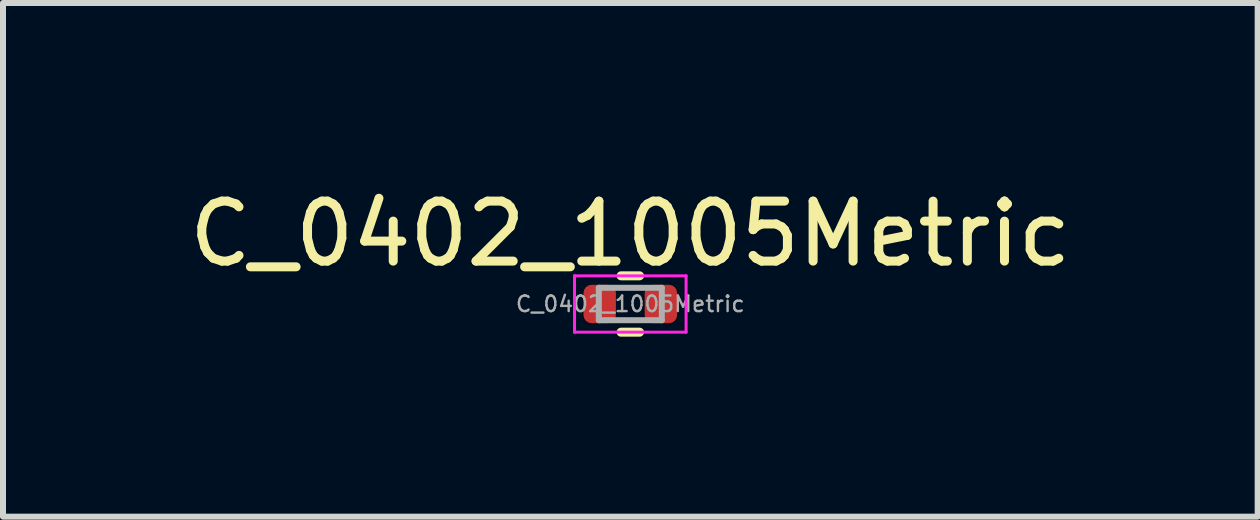
<source format=kicad_pcb>
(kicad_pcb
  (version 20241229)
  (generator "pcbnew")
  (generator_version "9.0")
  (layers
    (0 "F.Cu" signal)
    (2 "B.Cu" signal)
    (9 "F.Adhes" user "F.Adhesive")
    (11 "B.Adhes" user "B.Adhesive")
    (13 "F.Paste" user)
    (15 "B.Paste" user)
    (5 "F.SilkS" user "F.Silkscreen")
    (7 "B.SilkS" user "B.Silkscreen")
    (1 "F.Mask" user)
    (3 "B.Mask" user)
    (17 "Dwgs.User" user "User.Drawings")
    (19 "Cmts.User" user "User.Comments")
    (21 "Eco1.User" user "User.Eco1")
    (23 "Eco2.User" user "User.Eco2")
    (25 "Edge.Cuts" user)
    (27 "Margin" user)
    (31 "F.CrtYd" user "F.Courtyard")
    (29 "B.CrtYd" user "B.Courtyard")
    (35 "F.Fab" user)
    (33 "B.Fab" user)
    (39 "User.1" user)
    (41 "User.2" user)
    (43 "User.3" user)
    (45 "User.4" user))
  (footprint "C_0402_1005Metric"
    (layer "F.Cu")
    (at 7.458 2.018)
    (property "Reference" "C_0402_1005Metric" (at 0 -1.17 0) (layer "F.SilkS") (effects (font (size 1 1) (thickness 0.15))))
    (attr smd)
    (fp_line (start -0.154 -0.47) (end 0.154 -0.47) (stroke (width 0.15) (type solid)) (layer "F.SilkS"))
    (fp_line (start -0.154 0.47) (end 0.154 0.47) (stroke (width 0.15) (type solid)) (layer "F.SilkS"))
    (fp_line (start -0.93 -0.47) (end 0.93 -0.47) (stroke (width 0.05) (type solid)) (layer "F.CrtYd"))
    (fp_line (start -0.93 0.47) (end -0.93 -0.47) (stroke (width 0.05) (type solid)) (layer "F.CrtYd"))
    (fp_line (start 0.93 -0.47) (end 0.93 0.47) (stroke (width 0.05) (type solid)) (layer "F.CrtYd"))
    (fp_line (start 0.93 0.47) (end -0.93 0.47) (stroke (width 0.05) (type solid)) (layer "F.CrtYd"))
    (fp_line (start -0.525 -0.27) (end 0.525 -0.27) (stroke (width 0.1) (type solid)) (layer "F.Fab"))
    (fp_line (start -0.525 0.27) (end -0.525 -0.27) (stroke (width 0.1) (type solid)) (layer "F.Fab"))
    (fp_line (start 0.525 -0.27) (end 0.525 0.27) (stroke (width 0.1) (type solid)) (layer "F.Fab"))
    (fp_line (start 0.525 0.27) (end -0.525 0.27) (stroke (width 0.1) (type solid)) (layer "F.Fab"))
    (fp_text user "${REFERENCE}" (at 0 0 0) (layer "F.Fab") (effects (font (size 0.26 0.26) (thickness 0.04))))
    (pad "1" smd roundrect (at -0.51 0) (size 0.54 0.64) (layers "F.Cu" "F.Mask" "F.Paste") (roundrect_rratio 0.25))
    (pad "2" smd roundrect (at 0.51 0) (size 0.54 0.64) (layers "F.Cu" "F.Mask" "F.Paste") (roundrect_rratio 0.25)))
  (gr_rect
    (start -3 -3)
    (end 17.917 5.563)
    (stroke (width 0.1) (type default))
    (fill no)
    (layer "Edge.Cuts")))
</source>
